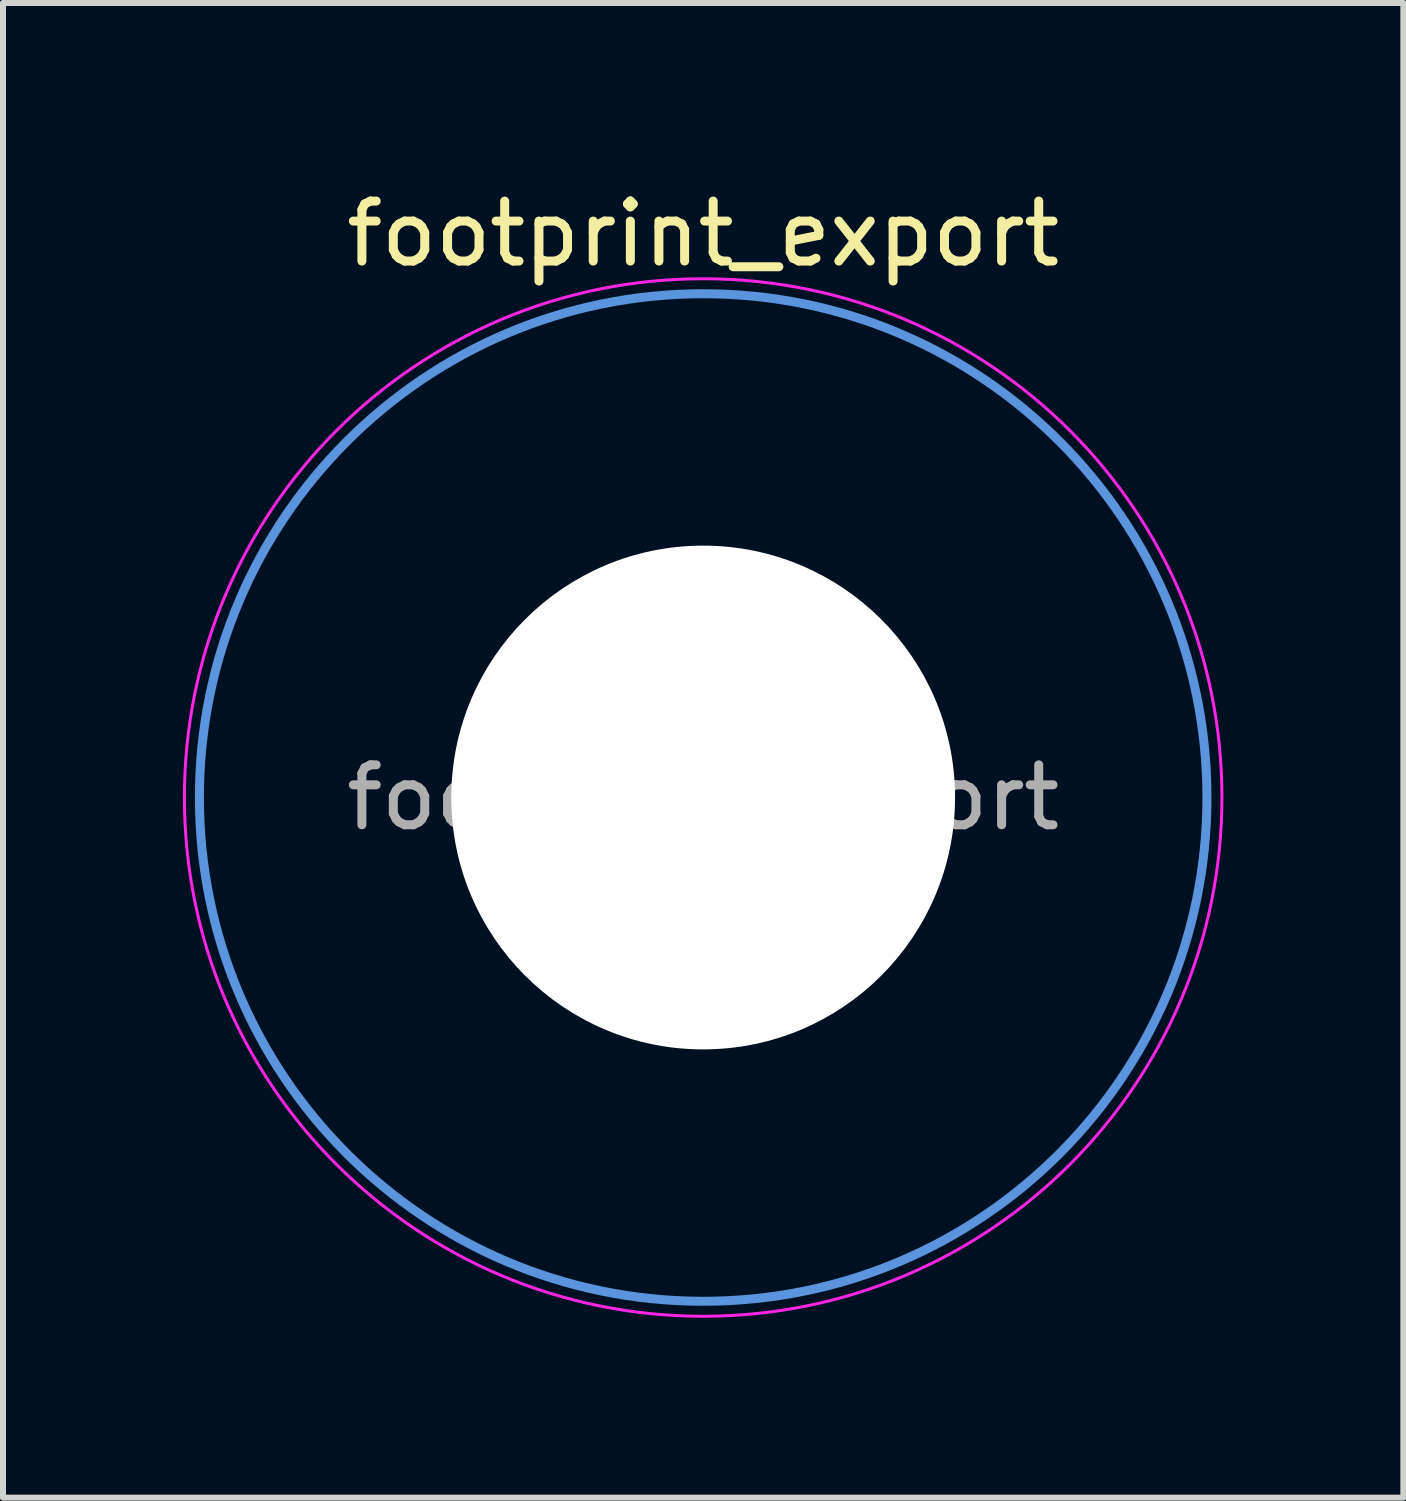
<source format=kicad_pcb>
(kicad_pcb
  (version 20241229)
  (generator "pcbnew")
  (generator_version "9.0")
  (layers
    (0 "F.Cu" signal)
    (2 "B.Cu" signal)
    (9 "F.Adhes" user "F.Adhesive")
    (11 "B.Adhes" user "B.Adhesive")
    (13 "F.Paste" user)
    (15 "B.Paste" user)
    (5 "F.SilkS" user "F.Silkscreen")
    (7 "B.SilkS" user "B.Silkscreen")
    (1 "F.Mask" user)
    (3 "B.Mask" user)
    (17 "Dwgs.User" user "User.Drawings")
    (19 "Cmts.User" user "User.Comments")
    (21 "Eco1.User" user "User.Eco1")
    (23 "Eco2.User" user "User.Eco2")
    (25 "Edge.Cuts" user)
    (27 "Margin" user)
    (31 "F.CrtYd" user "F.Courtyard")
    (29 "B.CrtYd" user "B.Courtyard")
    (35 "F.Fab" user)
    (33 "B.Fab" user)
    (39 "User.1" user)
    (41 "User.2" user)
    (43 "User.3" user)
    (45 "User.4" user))
  (footprint "footprint_export"
    (layer "F.Cu")
    (at 8.675 10.248)
    (property "Reference" "footprint_export" (at 0 -9.4 0) (layer "F.SilkS") (effects (font (size 1 1) (thickness 0.15))))
    (attr exclude_from_pos_files exclude_from_bom)
    (fp_circle (center 0 0) (end 8.4 0) (stroke (width 0.15) (type solid)) (fill no) (layer "Cmts.User"))
    (fp_circle (center 0 0) (end 8.65 0) (stroke (width 0.05) (type solid)) (fill no) (layer "F.CrtYd"))
    (fp_text user "${REFERENCE}" (at 0 0 0) (layer "F.Fab") (effects (font (size 1 1) (thickness 0.15))))
    (pad "" np_thru_hole circle (at 0 0) (size 8.4 8.4) (drill 8.4) (layers "*.Cu" "*.Mask")))
  (gr_rect
    (start -3 -3)
    (end 20.35 21.923)
    (stroke (width 0.1) (type default))
    (fill no)
    (layer "Edge.Cuts")))
</source>
